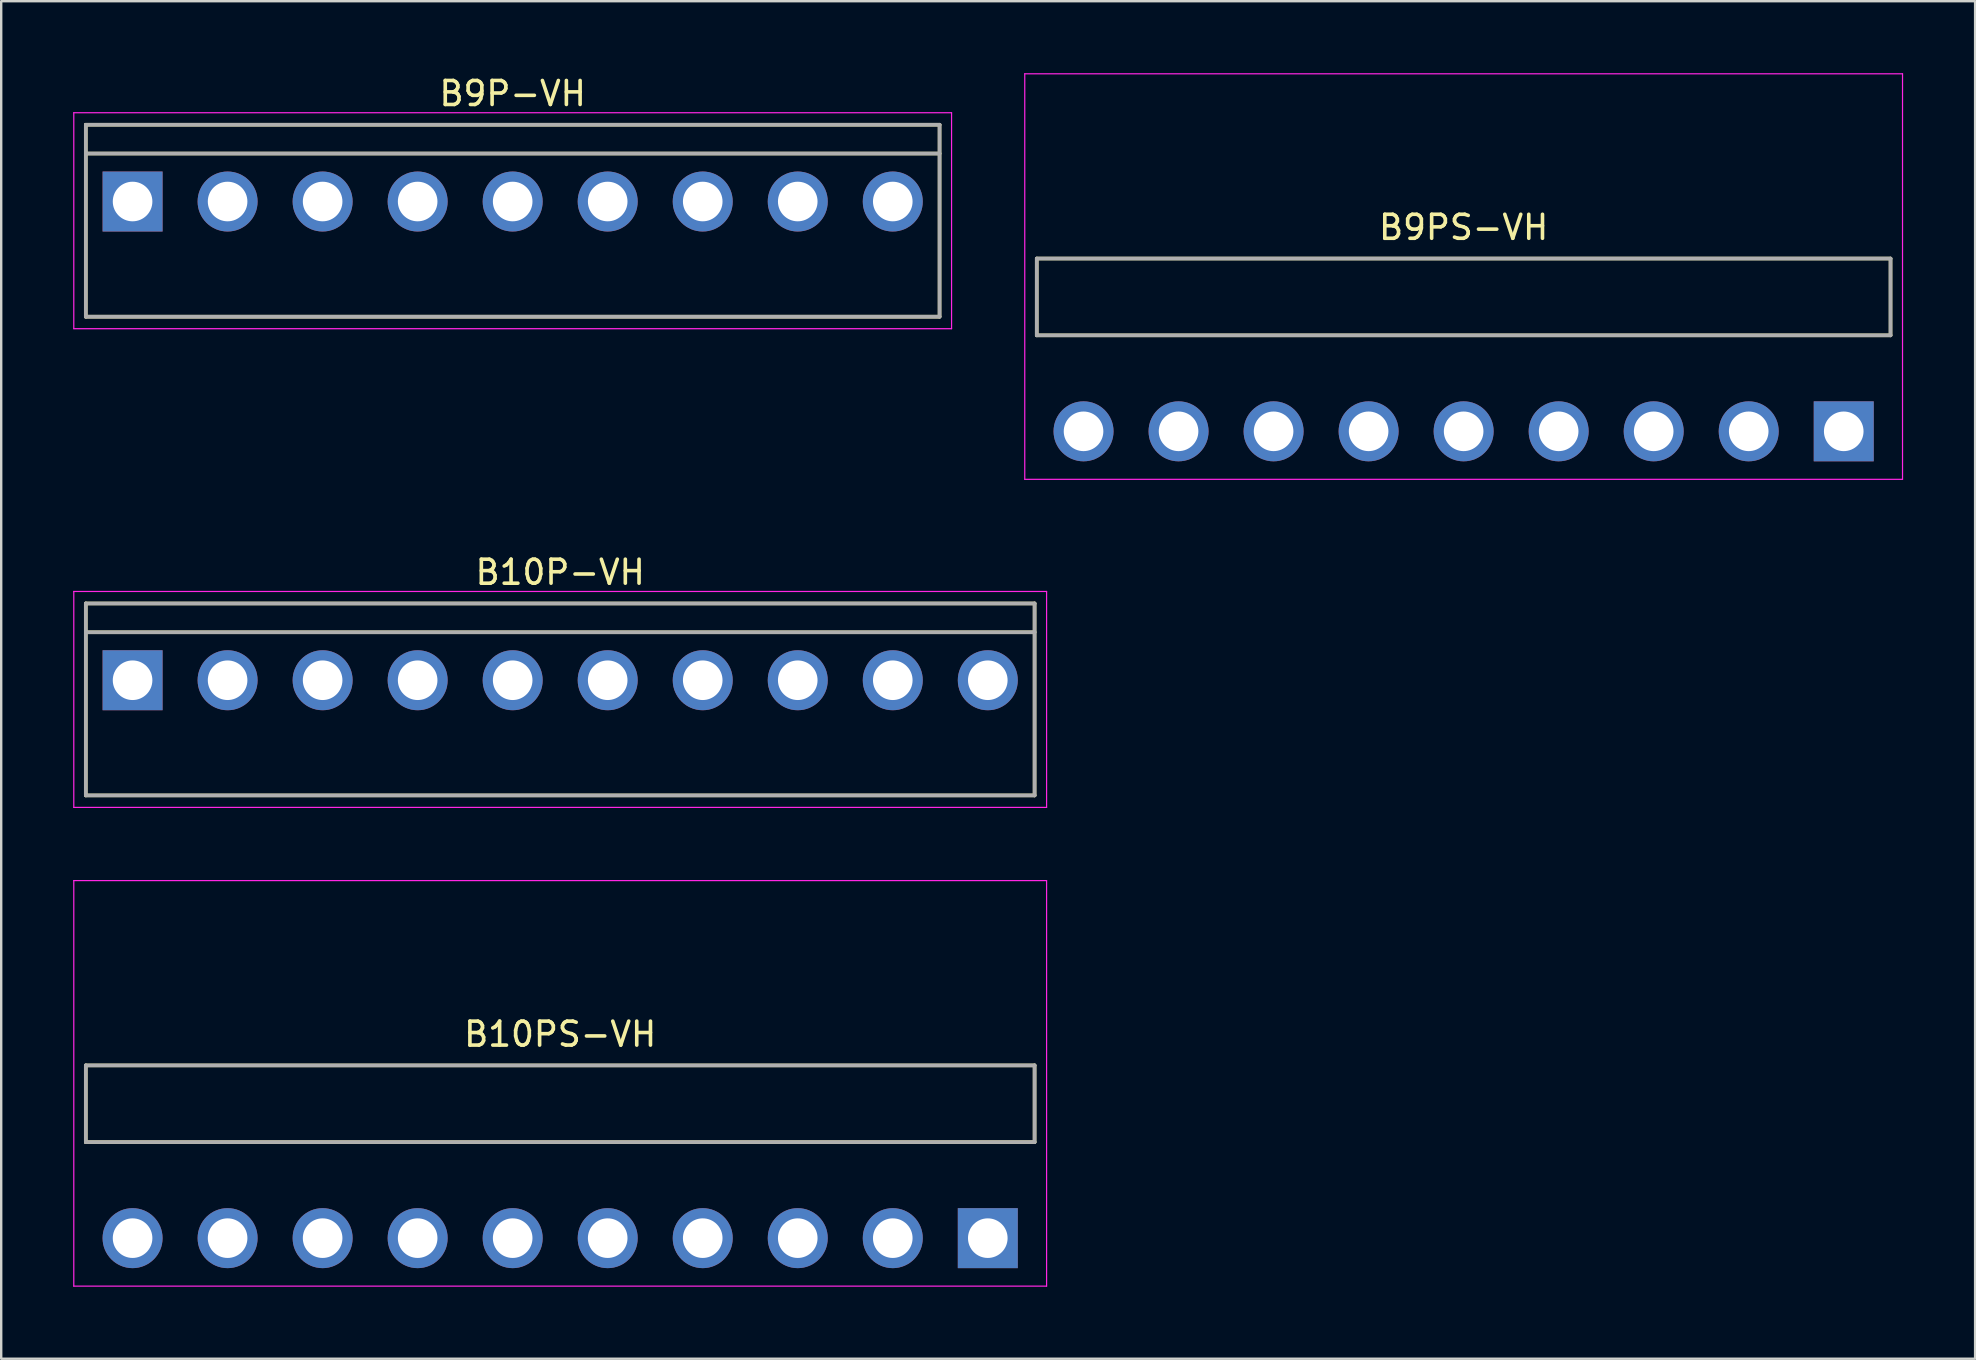
<source format=kicad_pcb>
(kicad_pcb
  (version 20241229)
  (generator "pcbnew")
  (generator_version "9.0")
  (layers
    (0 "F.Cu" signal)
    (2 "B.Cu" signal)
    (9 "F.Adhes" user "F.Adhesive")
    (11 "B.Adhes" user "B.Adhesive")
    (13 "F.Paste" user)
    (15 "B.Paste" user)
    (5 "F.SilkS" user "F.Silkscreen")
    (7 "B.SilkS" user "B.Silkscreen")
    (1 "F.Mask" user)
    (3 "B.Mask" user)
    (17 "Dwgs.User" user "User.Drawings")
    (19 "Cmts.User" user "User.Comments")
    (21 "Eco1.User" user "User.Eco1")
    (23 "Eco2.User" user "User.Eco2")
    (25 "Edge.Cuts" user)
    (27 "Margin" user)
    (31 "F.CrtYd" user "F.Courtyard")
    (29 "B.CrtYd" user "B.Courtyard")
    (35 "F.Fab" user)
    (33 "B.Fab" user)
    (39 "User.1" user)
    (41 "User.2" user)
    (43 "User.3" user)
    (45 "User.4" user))
  (footprint "B10PS-VH"
    (layer "F.Cu")
    (at 20.295 48.548)
    (property "Reference" "B10PS-VH" (at 0 -8.5 0) (layer "F.SilkS") (effects (font (size 1 1) (thickness 0.15))))
    (attr smd)
    (fp_line (start -19.77 -7.2) (end -19.77 -4) (stroke (width 0.15) (type solid)) (layer "F.SilkS"))
    (fp_line (start -19.77 -7.2) (end 19.77 -7.2) (stroke (width 0.15) (type solid)) (layer "F.SilkS"))
    (fp_line (start -19.77 -4) (end 19.77 -4) (stroke (width 0.15) (type solid)) (layer "F.SilkS"))
    (fp_line (start 19.77 -7.2) (end 19.77 -4) (stroke (width 0.15) (type solid)) (layer "F.SilkS"))
    (fp_line (start -20.27 -14.9) (end -20.27 2) (stroke (width 0.05) (type solid)) (layer "F.CrtYd"))
    (fp_line (start -20.27 -14.9) (end 20.27 -14.9) (stroke (width 0.05) (type solid)) (layer "F.CrtYd"))
    (fp_line (start -20.27 2) (end 20.27 2) (stroke (width 0.05) (type solid)) (layer "F.CrtYd"))
    (fp_line (start 20.27 -14.9) (end 20.27 2) (stroke (width 0.05) (type solid)) (layer "F.CrtYd"))
    (fp_line (start -19.77 -7.2) (end -19.77 -4) (stroke (width 0.15) (type solid)) (layer "F.Fab"))
    (fp_line (start -19.77 -7.2) (end 19.77 -7.2) (stroke (width 0.15) (type solid)) (layer "F.Fab"))
    (fp_line (start -19.77 -4) (end 19.77 -4) (stroke (width 0.15) (type solid)) (layer "F.Fab"))
    (fp_line (start 19.77 -7.2) (end 19.77 -4) (stroke (width 0.15) (type solid)) (layer "F.Fab"))
    (pad "1" thru_hole rect (at 17.82 0 180) (size 2.5 2.5) (drill 1.65) (layers "*.Cu" "*.Mask"))
    (pad "2" thru_hole circle (at 13.86 0 180) (size 2.5 2.5) (drill 1.65) (layers "*.Cu" "*.Mask"))
    (pad "3" thru_hole circle (at 9.9 0 180) (size 2.5 2.5) (drill 1.65) (layers "*.Cu" "*.Mask"))
    (pad "4" thru_hole circle (at 5.94 0 180) (size 2.5 2.5) (drill 1.65) (layers "*.Cu" "*.Mask"))
    (pad "5" thru_hole circle (at 1.98 0 180) (size 2.5 2.5) (drill 1.65) (layers "*.Cu" "*.Mask"))
    (pad "6" thru_hole circle (at -1.98 0 180) (size 2.5 2.5) (drill 1.65) (layers "*.Cu" "*.Mask"))
    (pad "7" thru_hole circle (at -5.94 0 180) (size 2.5 2.5) (drill 1.65) (layers "*.Cu" "*.Mask"))
    (pad "8" thru_hole circle (at -9.9 0 180) (size 2.5 2.5) (drill 1.65) (layers "*.Cu" "*.Mask"))
    (pad "9" thru_hole circle (at -13.86 0 180) (size 2.5 2.5) (drill 1.65) (layers "*.Cu" "*.Mask"))
    (pad "10" thru_hole circle (at -17.82 0 180) (size 2.5 2.5) (drill 1.65) (layers "*.Cu" "*.Mask")))
  (footprint "B9P-VH"
    (layer "F.Cu")
    (at 18.315 5.348)
    (property "Reference" "B9P-VH" (at 0 -4.5 0) (layer "F.SilkS") (effects (font (size 1 1) (thickness 0.15))))
    (attr smd)
    (fp_line (start -17.79 -3.2) (end -17.79 4.8) (stroke (width 0.15) (type solid)) (layer "F.SilkS"))
    (fp_line (start -17.79 -3.2) (end 17.79 -3.2) (stroke (width 0.15) (type solid)) (layer "F.SilkS"))
    (fp_line (start -17.79 -2) (end 17.79 -2) (stroke (width 0.15) (type solid)) (layer "F.SilkS"))
    (fp_line (start -17.79 4.8) (end 17.79 4.8) (stroke (width 0.15) (type solid)) (layer "F.SilkS"))
    (fp_line (start 17.79 -3.2) (end 17.79 4.8) (stroke (width 0.15) (type solid)) (layer "F.SilkS"))
    (fp_line (start -18.29 -3.7) (end -18.29 5.3) (stroke (width 0.05) (type solid)) (layer "F.CrtYd"))
    (fp_line (start -18.29 -3.7) (end 18.29 -3.7) (stroke (width 0.05) (type solid)) (layer "F.CrtYd"))
    (fp_line (start -18.29 5.3) (end 18.29 5.3) (stroke (width 0.05) (type solid)) (layer "F.CrtYd"))
    (fp_line (start 18.29 -3.7) (end 18.29 5.3) (stroke (width 0.05) (type solid)) (layer "F.CrtYd"))
    (fp_line (start -17.79 -3.2) (end -17.79 4.8) (stroke (width 0.15) (type solid)) (layer "F.Fab"))
    (fp_line (start -17.79 -3.2) (end 17.79 -3.2) (stroke (width 0.15) (type solid)) (layer "F.Fab"))
    (fp_line (start -17.79 -2) (end 17.79 -2) (stroke (width 0.15) (type solid)) (layer "F.Fab"))
    (fp_line (start -17.79 4.8) (end 17.79 4.8) (stroke (width 0.15) (type solid)) (layer "F.Fab"))
    (fp_line (start 17.79 -3.2) (end 17.79 4.8) (stroke (width 0.15) (type solid)) (layer "F.Fab"))
    (pad "1" thru_hole rect (at -15.84 0) (size 2.5 2.5) (drill 1.65) (layers "*.Cu" "*.Mask"))
    (pad "2" thru_hole circle (at -11.88 0) (size 2.5 2.5) (drill 1.65) (layers "*.Cu" "*.Mask"))
    (pad "3" thru_hole circle (at -7.92 0) (size 2.5 2.5) (drill 1.65) (layers "*.Cu" "*.Mask"))
    (pad "4" thru_hole circle (at -3.96 0) (size 2.5 2.5) (drill 1.65) (layers "*.Cu" "*.Mask"))
    (pad "5" thru_hole circle (at 0 0) (size 2.5 2.5) (drill 1.65) (layers "*.Cu" "*.Mask"))
    (pad "6" thru_hole circle (at 3.96 0) (size 2.5 2.5) (drill 1.65) (layers "*.Cu" "*.Mask"))
    (pad "7" thru_hole circle (at 7.92 0) (size 2.5 2.5) (drill 1.65) (layers "*.Cu" "*.Mask"))
    (pad "8" thru_hole circle (at 11.88 0) (size 2.5 2.5) (drill 1.65) (layers "*.Cu" "*.Mask"))
    (pad "9" thru_hole circle (at 15.84 0) (size 2.5 2.5) (drill 1.65) (layers "*.Cu" "*.Mask")))
  (footprint "B10P-VH"
    (layer "F.Cu")
    (at 20.295 25.298)
    (property "Reference" "B10P-VH" (at 0 -4.5 0) (layer "F.SilkS") (effects (font (size 1 1) (thickness 0.15))))
    (attr smd)
    (fp_line (start -19.77 -3.2) (end -19.77 4.8) (stroke (width 0.15) (type solid)) (layer "F.SilkS"))
    (fp_line (start -19.77 -3.2) (end 19.77 -3.2) (stroke (width 0.15) (type solid)) (layer "F.SilkS"))
    (fp_line (start -19.77 -2) (end 19.77 -2) (stroke (width 0.15) (type solid)) (layer "F.SilkS"))
    (fp_line (start -19.77 4.8) (end 19.77 4.8) (stroke (width 0.15) (type solid)) (layer "F.SilkS"))
    (fp_line (start 19.77 -3.2) (end 19.77 4.8) (stroke (width 0.15) (type solid)) (layer "F.SilkS"))
    (fp_line (start -20.27 -3.7) (end -20.27 5.3) (stroke (width 0.05) (type solid)) (layer "F.CrtYd"))
    (fp_line (start -20.27 -3.7) (end 20.27 -3.7) (stroke (width 0.05) (type solid)) (layer "F.CrtYd"))
    (fp_line (start -20.27 5.3) (end 20.27 5.3) (stroke (width 0.05) (type solid)) (layer "F.CrtYd"))
    (fp_line (start 20.27 -3.7) (end 20.27 5.3) (stroke (width 0.05) (type solid)) (layer "F.CrtYd"))
    (fp_line (start -19.77 -3.2) (end -19.77 4.8) (stroke (width 0.15) (type solid)) (layer "F.Fab"))
    (fp_line (start -19.77 -3.2) (end 19.77 -3.2) (stroke (width 0.15) (type solid)) (layer "F.Fab"))
    (fp_line (start -19.77 -2) (end 19.77 -2) (stroke (width 0.15) (type solid)) (layer "F.Fab"))
    (fp_line (start -19.77 4.8) (end 19.77 4.8) (stroke (width 0.15) (type solid)) (layer "F.Fab"))
    (fp_line (start 19.77 -3.2) (end 19.77 4.8) (stroke (width 0.15) (type solid)) (layer "F.Fab"))
    (pad "1" thru_hole rect (at -17.82 0) (size 2.5 2.5) (drill 1.65) (layers "*.Cu" "*.Mask"))
    (pad "2" thru_hole circle (at -13.86 0) (size 2.5 2.5) (drill 1.65) (layers "*.Cu" "*.Mask"))
    (pad "3" thru_hole circle (at -9.9 0) (size 2.5 2.5) (drill 1.65) (layers "*.Cu" "*.Mask"))
    (pad "4" thru_hole circle (at -5.94 0) (size 2.5 2.5) (drill 1.65) (layers "*.Cu" "*.Mask"))
    (pad "5" thru_hole circle (at -1.98 0) (size 2.5 2.5) (drill 1.65) (layers "*.Cu" "*.Mask"))
    (pad "6" thru_hole circle (at 1.98 0) (size 2.5 2.5) (drill 1.65) (layers "*.Cu" "*.Mask"))
    (pad "7" thru_hole circle (at 5.94 0) (size 2.5 2.5) (drill 1.65) (layers "*.Cu" "*.Mask"))
    (pad "8" thru_hole circle (at 9.9 0) (size 2.5 2.5) (drill 1.65) (layers "*.Cu" "*.Mask"))
    (pad "9" thru_hole circle (at 13.86 0) (size 2.5 2.5) (drill 1.65) (layers "*.Cu" "*.Mask"))
    (pad "10" thru_hole circle (at 17.82 0) (size 2.5 2.5) (drill 1.65) (layers "*.Cu" "*.Mask")))
  (footprint "B9PS-VH"
    (layer "F.Cu")
    (at 57.945 14.925)
    (property "Reference" "B9PS-VH" (at 0 -8.5 0) (layer "F.SilkS") (effects (font (size 1 1) (thickness 0.15))))
    (attr smd)
    (fp_line (start -17.79 -7.2) (end -17.79 -4) (stroke (width 0.15) (type solid)) (layer "F.SilkS"))
    (fp_line (start -17.79 -7.2) (end 17.79 -7.2) (stroke (width 0.15) (type solid)) (layer "F.SilkS"))
    (fp_line (start -17.79 -4) (end 17.79 -4) (stroke (width 0.15) (type solid)) (layer "F.SilkS"))
    (fp_line (start 17.79 -7.2) (end 17.79 -4) (stroke (width 0.15) (type solid)) (layer "F.SilkS"))
    (fp_line (start -18.29 -14.9) (end -18.29 2) (stroke (width 0.05) (type solid)) (layer "F.CrtYd"))
    (fp_line (start -18.29 -14.9) (end 18.29 -14.9) (stroke (width 0.05) (type solid)) (layer "F.CrtYd"))
    (fp_line (start -18.29 2) (end 18.29 2) (stroke (width 0.05) (type solid)) (layer "F.CrtYd"))
    (fp_line (start 18.29 -14.9) (end 18.29 2) (stroke (width 0.05) (type solid)) (layer "F.CrtYd"))
    (fp_line (start -17.79 -7.2) (end -17.79 -4) (stroke (width 0.15) (type solid)) (layer "F.Fab"))
    (fp_line (start -17.79 -7.2) (end 17.79 -7.2) (stroke (width 0.15) (type solid)) (layer "F.Fab"))
    (fp_line (start -17.79 -4) (end 17.79 -4) (stroke (width 0.15) (type solid)) (layer "F.Fab"))
    (fp_line (start 17.79 -7.2) (end 17.79 -4) (stroke (width 0.15) (type solid)) (layer "F.Fab"))
    (pad "1" thru_hole rect (at 15.84 0 180) (size 2.5 2.5) (drill 1.65) (layers "*.Cu" "*.Mask"))
    (pad "2" thru_hole circle (at 11.88 0 180) (size 2.5 2.5) (drill 1.65) (layers "*.Cu" "*.Mask"))
    (pad "3" thru_hole circle (at 7.92 0 180) (size 2.5 2.5) (drill 1.65) (layers "*.Cu" "*.Mask"))
    (pad "4" thru_hole circle (at 3.96 0 180) (size 2.5 2.5) (drill 1.65) (layers "*.Cu" "*.Mask"))
    (pad "5" thru_hole circle (at 0 0 180) (size 2.5 2.5) (drill 1.65) (layers "*.Cu" "*.Mask"))
    (pad "6" thru_hole circle (at -3.96 0 180) (size 2.5 2.5) (drill 1.65) (layers "*.Cu" "*.Mask"))
    (pad "7" thru_hole circle (at -7.92 0 180) (size 2.5 2.5) (drill 1.65) (layers "*.Cu" "*.Mask"))
    (pad "8" thru_hole circle (at -11.88 0 180) (size 2.5 2.5) (drill 1.65) (layers "*.Cu" "*.Mask"))
    (pad "9" thru_hole circle (at -15.84 0 180) (size 2.5 2.5) (drill 1.65) (layers "*.Cu" "*.Mask")))
  (gr_rect
    (start -3 -3)
    (end 79.26 53.573)
    (stroke (width 0.1) (type default))
    (fill no)
    (layer "Edge.Cuts")))
</source>
